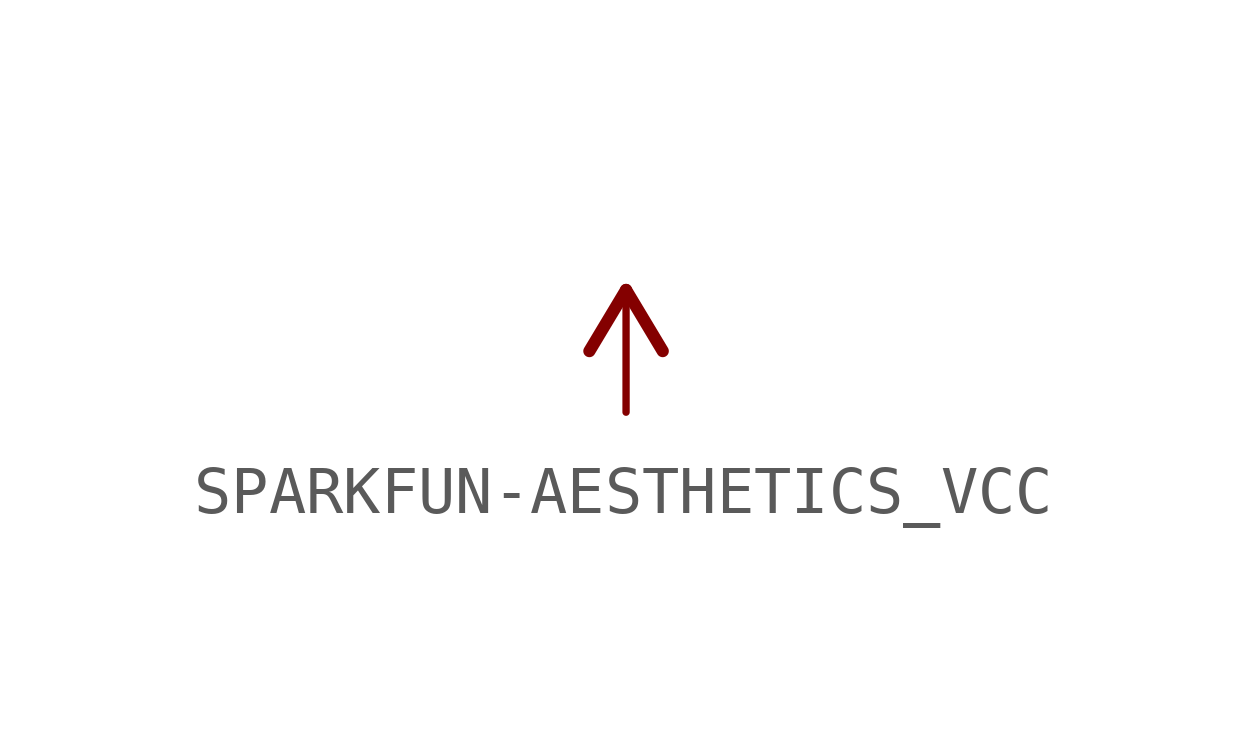
<source format=kicad_sym>
(kicad_symbol_lib
  (version 20241209)
  (generator "kicad_symbol_editor")
  (generator_version "9.0")
  (symbol "SPARKFUN-AESTHETICS_VCC"
    (power)
    (property "Reference" "#SUPPLY"
      (at 0 0 0)
      (effects (font (size 1.27 1.27)) (hide yes)))
    (property "Value" ""
      (at -1.016 3.556 0)
      (effects (font (size 1.778 1.511)) (justify left bottom)))
    (property "ki_locked" ""
      (at 0 0 0)
      (effects (font (size 1.27 1.27))))
    (symbol "SPARKFUN-AESTHETICS_VCC_1_0"
      (polyline (pts (xy 0 2.54) (xy -0.762 1.27)) (stroke (width 0.254) (type solid)) (fill (type none)))
      (polyline (pts (xy 0.762 1.27) (xy 0 2.54)) (stroke (width 0.254) (type solid)) (fill (type none)))
      (pin power_in line (at 0 0 90) (length 2.54) (name "VCC" (effects (font (size 0 0)))) (number "1" (effects (font (size 0 0))))))))
</source>
